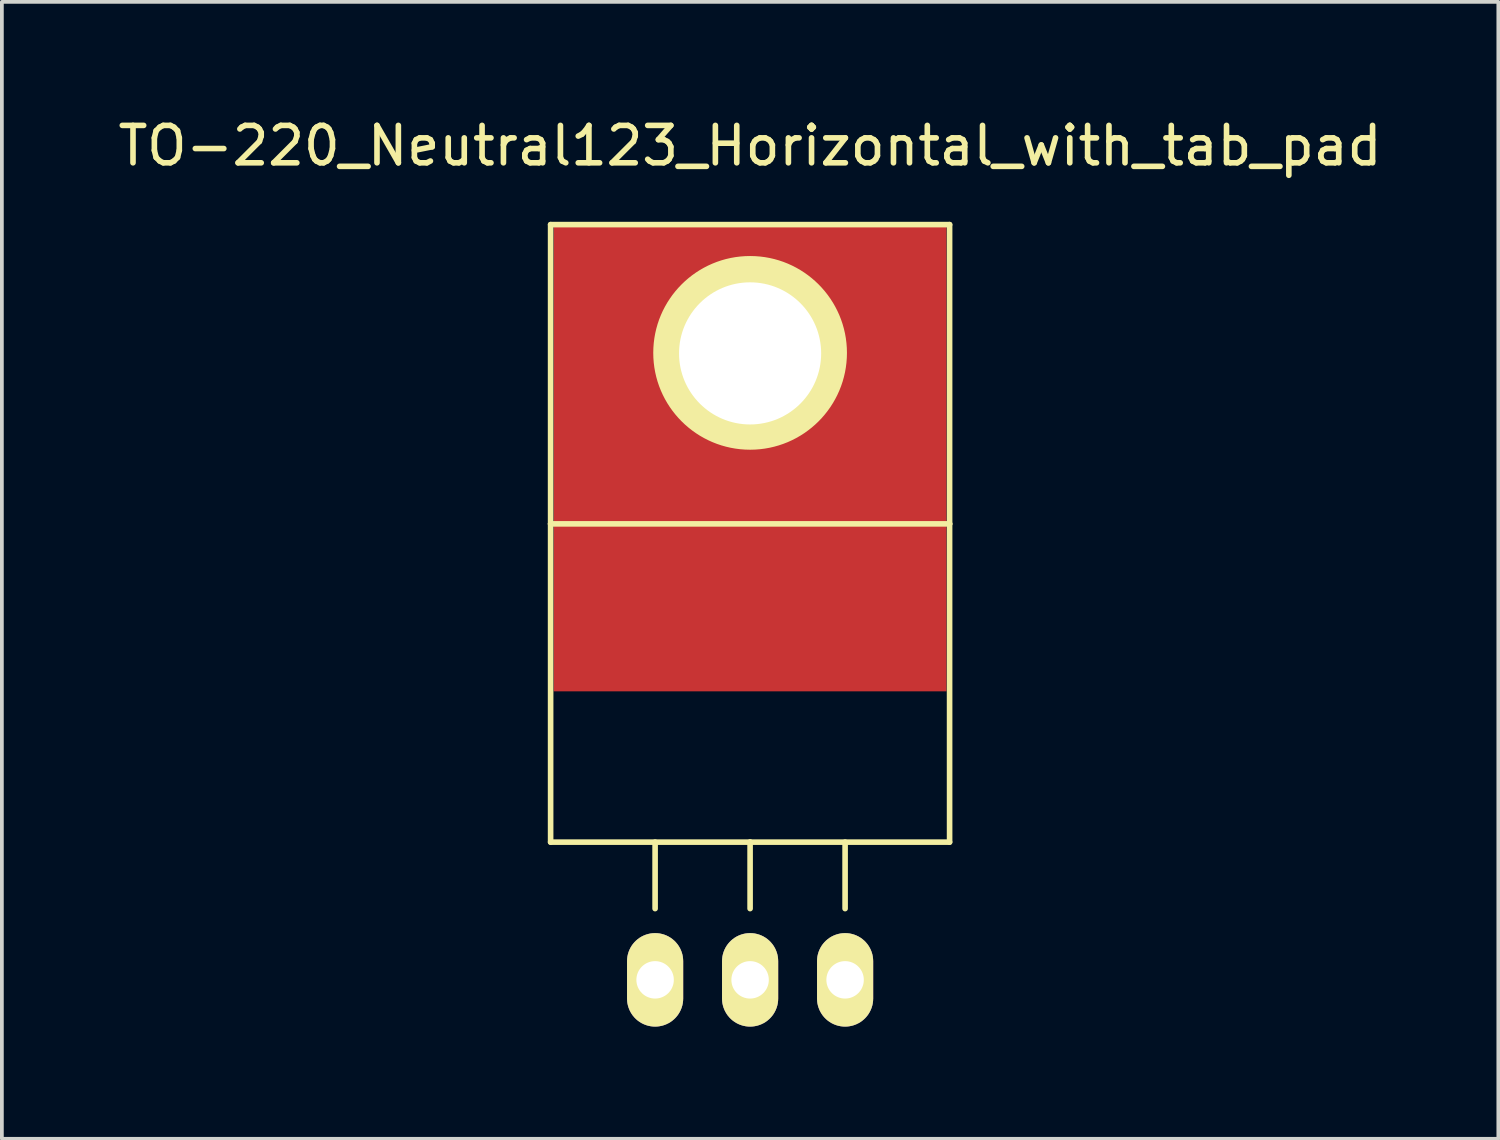
<source format=kicad_pcb>
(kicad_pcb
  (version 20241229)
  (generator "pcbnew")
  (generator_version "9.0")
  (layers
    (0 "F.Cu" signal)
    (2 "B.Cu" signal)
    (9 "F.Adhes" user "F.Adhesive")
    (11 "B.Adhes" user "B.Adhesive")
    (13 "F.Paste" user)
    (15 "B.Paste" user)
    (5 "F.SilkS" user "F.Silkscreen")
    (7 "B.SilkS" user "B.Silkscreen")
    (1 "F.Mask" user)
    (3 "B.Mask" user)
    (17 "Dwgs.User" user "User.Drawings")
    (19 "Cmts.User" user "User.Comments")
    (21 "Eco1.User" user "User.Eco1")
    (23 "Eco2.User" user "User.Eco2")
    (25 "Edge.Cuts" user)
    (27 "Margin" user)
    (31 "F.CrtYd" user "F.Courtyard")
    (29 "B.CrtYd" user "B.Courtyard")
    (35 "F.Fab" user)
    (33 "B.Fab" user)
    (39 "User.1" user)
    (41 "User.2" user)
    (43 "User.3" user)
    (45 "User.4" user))
  (footprint "TO-220_Neutral123_Horizontal_with_tab_pad"
    (layer "F.Cu")
    (at 17.006 23.149)
    (property "Reference" "TO-220_Neutral123_Horizontal_with_tab_pad" (at 0 -22.301 0) (layer "F.SilkS") (effects (font (size 1 1) (thickness 0.15))))
    (attr through_hole)
    (fp_line (start -5.334 -20.193) (end -5.334 -12.192) (stroke (width 0.15) (type solid)) (layer "F.SilkS"))
    (fp_line (start -5.334 -12.192) (end -5.334 -3.683) (stroke (width 0.15) (type solid)) (layer "F.SilkS"))
    (fp_line (start -2.54 -3.683) (end -2.54 -1.905) (stroke (width 0.15) (type solid)) (layer "F.SilkS"))
    (fp_line (start 0 -3.683) (end -5.334 -3.683) (stroke (width 0.15) (type solid)) (layer "F.SilkS"))
    (fp_line (start 0 -3.683) (end 0 -1.905) (stroke (width 0.15) (type solid)) (layer "F.SilkS"))
    (fp_line (start 0 -3.683) (end 5.334 -3.683) (stroke (width 0.15) (type solid)) (layer "F.SilkS"))
    (fp_line (start 2.54 -3.683) (end 2.54 -1.905) (stroke (width 0.15) (type solid)) (layer "F.SilkS"))
    (fp_line (start 5.334 -20.193) (end -5.334 -20.193) (stroke (width 0.15) (type solid)) (layer "F.SilkS"))
    (fp_line (start 5.334 -12.192) (end -5.334 -12.192) (stroke (width 0.15) (type solid)) (layer "F.SilkS"))
    (fp_line (start 5.334 -12.192) (end 5.334 -20.193) (stroke (width 0.15) (type solid)) (layer "F.SilkS"))
    (fp_line (start 5.334 -3.683) (end 5.334 -12.192) (stroke (width 0.15) (type solid)) (layer "F.SilkS"))
    (fp_circle (center 0 -16.764) (end 1.778 -14.986) (stroke (width 0.15) (type solid)) (fill no) (layer "F.SilkS"))
    (pad "1" thru_hole oval (at -2.54 0 90) (size 2.499 1.501) (drill 1.001) (layers "*.Cu" "*.Mask" "F.SilkS"))
    (pad "2" thru_hole oval (at 0 0 90) (size 2.499 1.501) (drill 1.001) (layers "*.Cu" "*.Mask" "F.SilkS"))
    (pad "3" thru_hole oval (at 2.54 0 90) (size 2.499 1.501) (drill 1.001) (layers "*.Cu" "*.Mask" "F.SilkS"))
    (pad "4" smd rect (at 0 -16.764) (size 10.5 12.5) (drill (offset 0 2.8)) (layers "F.Cu" "F.Mask" "F.Paste"))
    (pad "4" thru_hole circle (at 0 -16.75) (size 5.08 5.08) (drill 3.8) (layers "*.Cu" "*.Mask" "F.SilkS")))
  (gr_rect
    (start -3 -3)
    (end 37.012 27.399)
    (stroke (width 0.1) (type default))
    (fill no)
    (layer "Edge.Cuts")))
</source>
